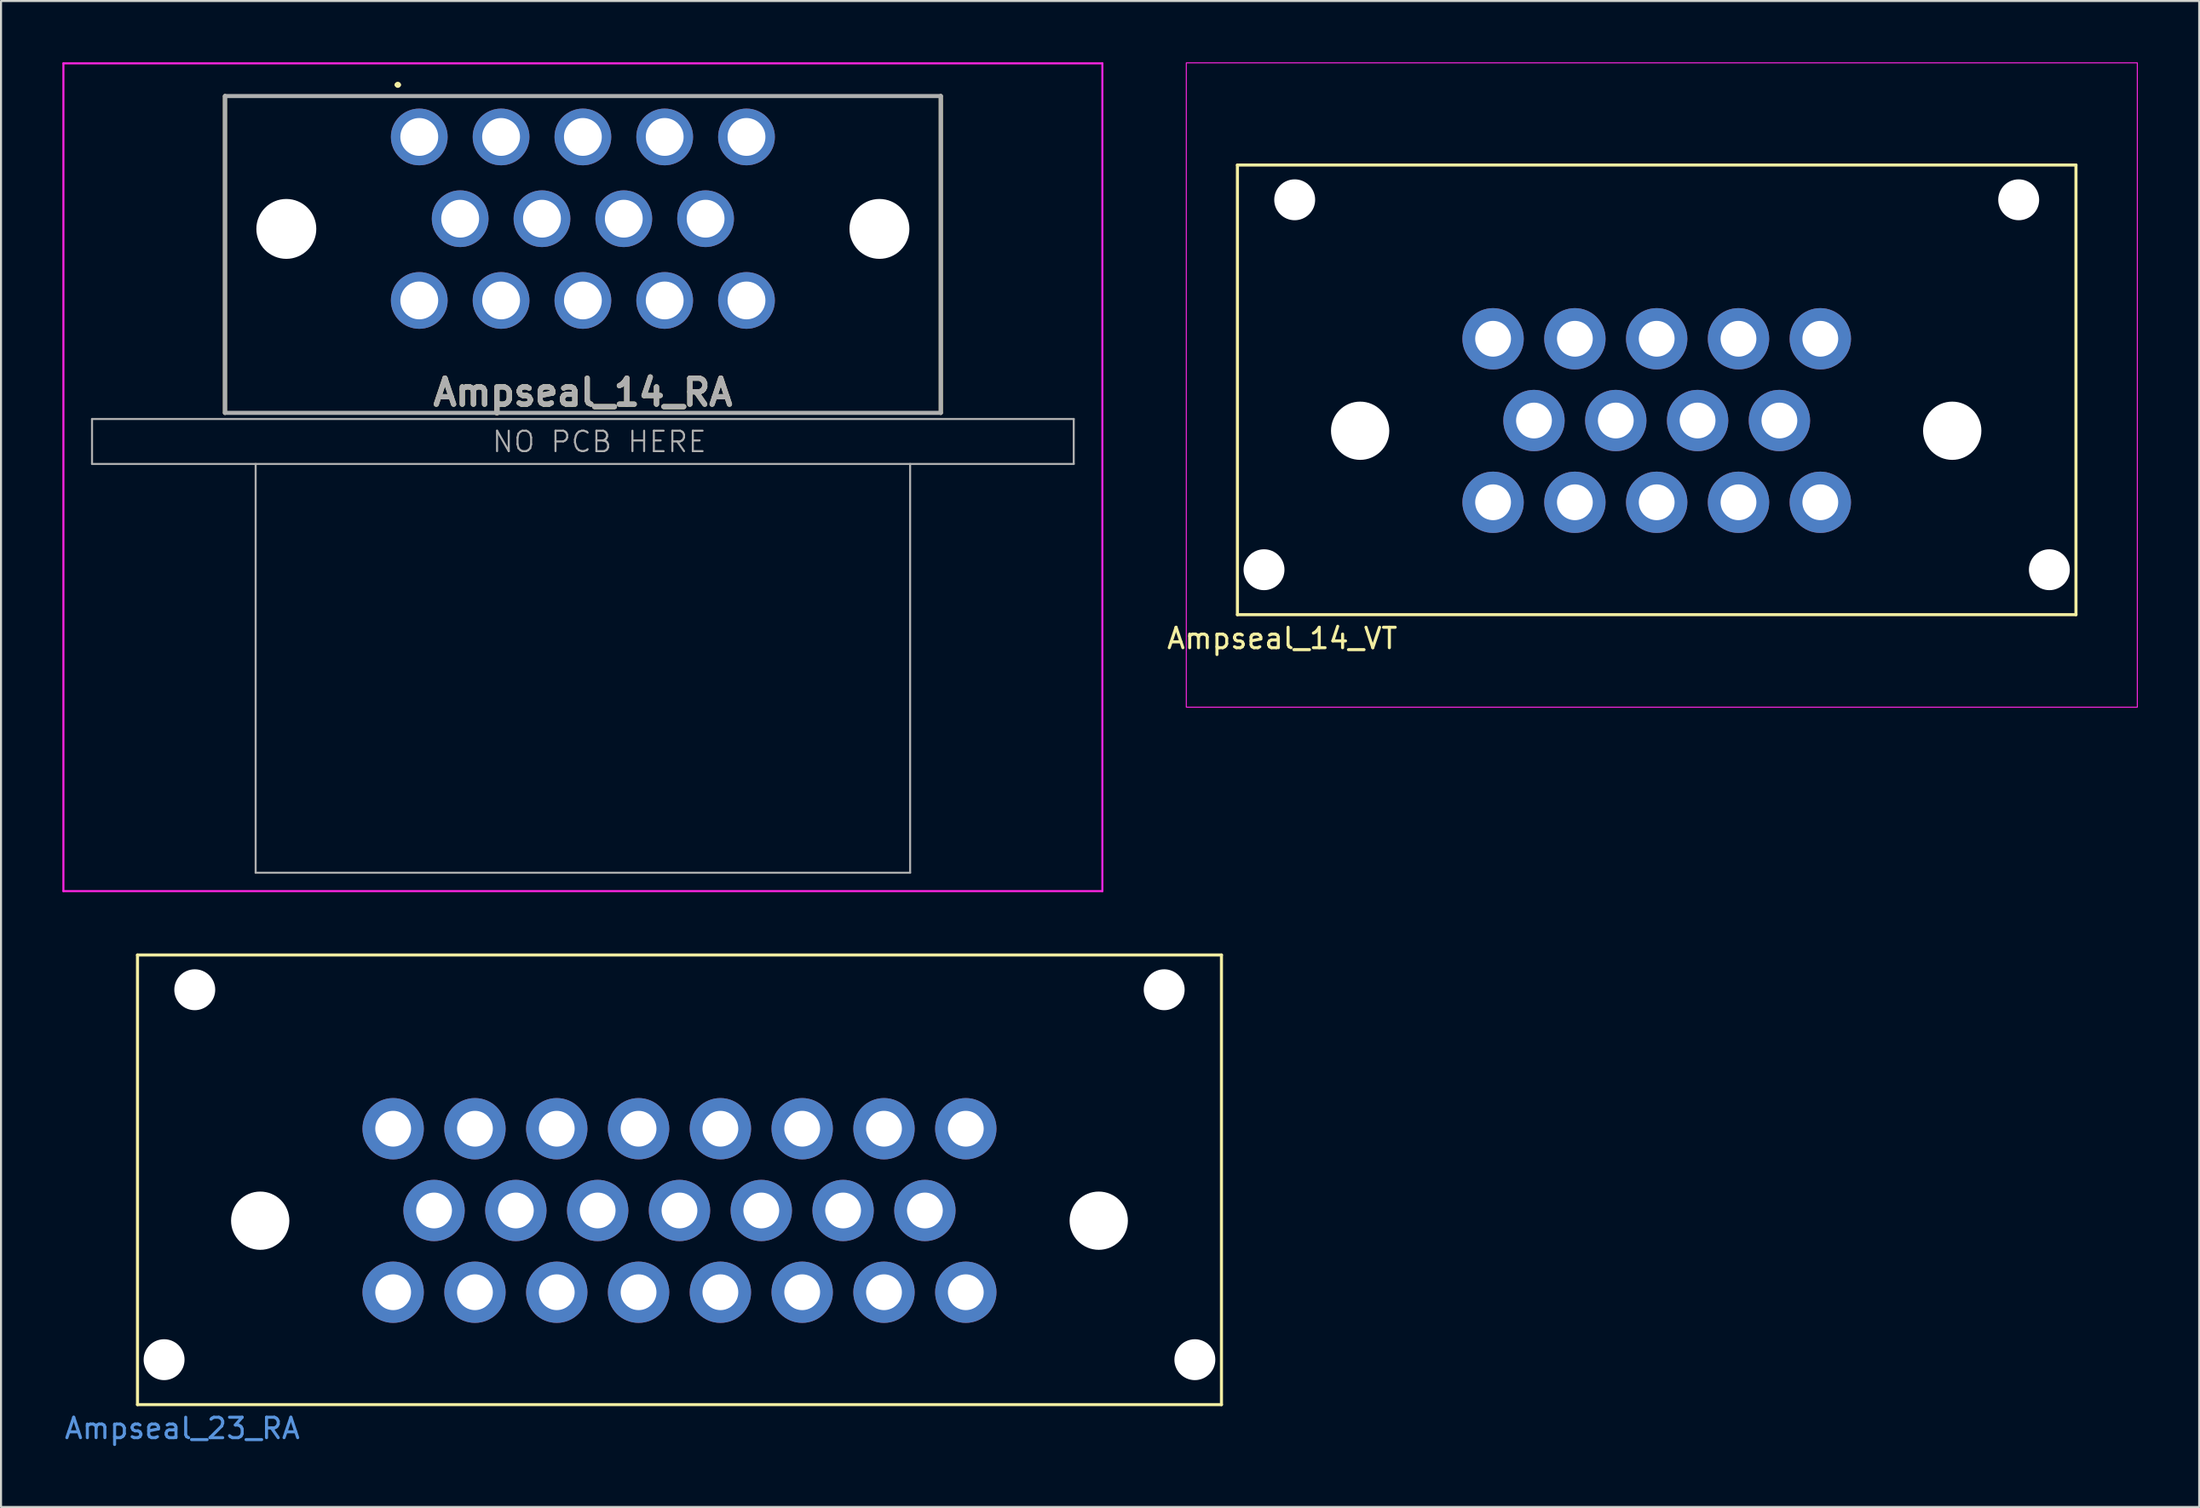
<source format=kicad_pcb>
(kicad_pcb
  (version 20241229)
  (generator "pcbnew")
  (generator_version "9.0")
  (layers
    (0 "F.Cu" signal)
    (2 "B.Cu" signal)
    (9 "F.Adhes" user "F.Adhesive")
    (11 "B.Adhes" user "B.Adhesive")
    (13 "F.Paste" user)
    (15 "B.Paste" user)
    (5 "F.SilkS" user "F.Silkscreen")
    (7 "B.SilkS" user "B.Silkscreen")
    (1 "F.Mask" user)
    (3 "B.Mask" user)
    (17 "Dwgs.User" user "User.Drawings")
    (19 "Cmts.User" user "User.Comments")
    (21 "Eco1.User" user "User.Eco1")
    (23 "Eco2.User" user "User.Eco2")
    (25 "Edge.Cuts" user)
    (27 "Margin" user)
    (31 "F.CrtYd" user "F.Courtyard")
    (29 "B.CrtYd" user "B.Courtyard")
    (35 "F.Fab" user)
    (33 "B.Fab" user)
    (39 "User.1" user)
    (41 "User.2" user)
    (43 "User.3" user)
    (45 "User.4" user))
  (footprint "Ampseal_14_RA"
    (layer "F.Cu")
    (at 17.45 3.65)
    (property "Reference" "Ampseal_14_RA" (at 8 12.5 0) (layer "F.SilkS") (effects (font (size 1.27 1.27) (thickness 0.254))))
    (attr through_hole)
    (fp_line (start -9.5 -2) (end -9.5 13.5) (stroke (width 0.2) (type solid)) (layer "F.SilkS"))
    (fp_line (start -9.5 -2) (end 25.5 -2) (stroke (width 0.1) (type solid)) (layer "F.SilkS"))
    (fp_line (start -9.5 13.5) (end 25.5 13.5) (stroke (width 0.1) (type solid)) (layer "F.SilkS"))
    (fp_line (start -1.1 -2.55) (end -1.1 -2.55) (stroke (width 0.2) (type solid)) (layer "F.SilkS"))
    (fp_line (start -1 -2.55) (end -1 -2.55) (stroke (width 0.2) (type solid)) (layer "F.SilkS"))
    (fp_line (start 25.5 -2) (end 25.5 13.5) (stroke (width 0.2) (type solid)) (layer "F.SilkS"))
    (fp_arc (start -1.1 -2.55) (mid -1.05 -2.6) (end -1 -2.55) (stroke (width 0.2) (type solid)) (layer "F.SilkS"))
    (fp_arc (start -1 -2.55) (mid -1.05 -2.5) (end -1.1 -2.55) (stroke (width 0.2) (type solid)) (layer "F.SilkS"))
    (fp_line (start -17.4 -3.6) (end 33.4 -3.6) (stroke (width 0.1) (type solid)) (layer "F.CrtYd"))
    (fp_line (start -17.4 36.9) (end -17.4 -3.6) (stroke (width 0.1) (type solid)) (layer "F.CrtYd"))
    (fp_line (start 33.4 -3.6) (end 33.4 36.9) (stroke (width 0.1) (type solid)) (layer "F.CrtYd"))
    (fp_line (start 33.4 36.9) (end -17.4 36.9) (stroke (width 0.1) (type solid)) (layer "F.CrtYd"))
    (fp_line (start -16 13.8) (end -16 16) (stroke (width 0.1) (type default)) (layer "F.Fab"))
    (fp_line (start -16 13.8) (end 32 13.8) (stroke (width 0.1) (type default)) (layer "F.Fab"))
    (fp_line (start -16 16) (end 32 16) (stroke (width 0.1) (type default)) (layer "F.Fab"))
    (fp_line (start -9.5 -2) (end -9.5 13.5) (stroke (width 0.2) (type solid)) (layer "F.Fab"))
    (fp_line (start -9.5 -2) (end 25.5 -2) (stroke (width 0.2) (type solid)) (layer "F.Fab"))
    (fp_line (start -9.5 13.5) (end 25.5 13.5) (stroke (width 0.2) (type solid)) (layer "F.Fab"))
    (fp_line (start -8 16) (end -8 36) (stroke (width 0.1) (type default)) (layer "F.Fab"))
    (fp_line (start -8 36) (end 24 36) (stroke (width 0.1) (type default)) (layer "F.Fab"))
    (fp_line (start 24 36) (end 24 16) (stroke (width 0.1) (type default)) (layer "F.Fab"))
    (fp_line (start 25.5 -2) (end 25.5 13.5) (stroke (width 0.2) (type solid)) (layer "F.Fab"))
    (fp_line (start 32 13.8) (end 32 16) (stroke (width 0.1) (type default)) (layer "F.Fab"))
    (fp_text user "${REFERENCE}" (at 8 12.5 0) (layer "F.Fab") (effects (font (size 1.27 1.27) (thickness 0.254))))
    (fp_text user "NO PCB HERE" (at 3.5 15.5 0) (unlocked yes) (layer "F.Fab") (effects (font (size 1 1) (thickness 0.1)) (justify left bottom)))
    (pad "" np_thru_hole circle (at -6.5 4.5) (size 2.93 2.93) (drill 2.93) (layers "*.Cu" "*.Mask"))
    (pad "" np_thru_hole circle (at 22.5 4.5) (size 2.93 2.93) (drill 2.93) (layers "*.Cu" "*.Mask"))
    (pad "1" thru_hole circle (at 0 0) (size 2.775 2.775) (drill 1.85) (layers "*.Cu" "*.Mask"))
    (pad "2" thru_hole circle (at 4 0) (size 2.775 2.775) (drill 1.85) (layers "*.Cu" "*.Mask"))
    (pad "3" thru_hole circle (at 8 0) (size 2.775 2.775) (drill 1.85) (layers "*.Cu" "*.Mask"))
    (pad "4" thru_hole circle (at 12 0) (size 2.775 2.775) (drill 1.85) (layers "*.Cu" "*.Mask"))
    (pad "5" thru_hole circle (at 16 0) (size 2.775 2.775) (drill 1.85) (layers "*.Cu" "*.Mask"))
    (pad "6" thru_hole circle (at 2 4) (size 2.775 2.775) (drill 1.85) (layers "*.Cu" "*.Mask"))
    (pad "7" thru_hole circle (at 6 4) (size 2.775 2.775) (drill 1.85) (layers "*.Cu" "*.Mask"))
    (pad "8" thru_hole circle (at 10 4) (size 2.775 2.775) (drill 1.85) (layers "*.Cu" "*.Mask"))
    (pad "9" thru_hole circle (at 14 4) (size 2.775 2.775) (drill 1.85) (layers "*.Cu" "*.Mask"))
    (pad "10" thru_hole circle (at 0 8) (size 2.775 2.775) (drill 1.85) (layers "*.Cu" "*.Mask"))
    (pad "11" thru_hole circle (at 4 8) (size 2.775 2.775) (drill 1.85) (layers "*.Cu" "*.Mask"))
    (pad "12" thru_hole circle (at 8 8) (size 2.775 2.775) (drill 1.85) (layers "*.Cu" "*.Mask"))
    (pad "13" thru_hole circle (at 12 8) (size 2.775 2.775) (drill 1.85) (layers "*.Cu" "*.Mask"))
    (pad "14" thru_hole circle (at 16 8) (size 2.775 2.775) (drill 1.85) (layers "*.Cu" "*.Mask")))
  (footprint "Ampseal_23_RA"
    (layer "F.Cu")
    (at 9.673 56.675)
    (property "Reference" "Ampseal_23_RA" (at -3.81 10.16 0) (layer "Cmts.User") (effects (font (size 1 1) (thickness 0.15))))
    (attr through_hole)
    (fp_line (start -6 -13) (end 47 -13) (stroke (width 0.15) (type solid)) (layer "F.SilkS"))
    (fp_line (start -6 9) (end -6 -13) (stroke (width 0.15) (type solid)) (layer "F.SilkS"))
    (fp_line (start 47 -13) (end 47 9) (stroke (width 0.15) (type solid)) (layer "F.SilkS"))
    (fp_line (start 47 9) (end -6 9) (stroke (width 0.15) (type solid)) (layer "F.SilkS"))
    (pad "" np_thru_hole circle (at -4.7 6.8) (size 2 2) (drill 2) (layers "*.Cu" "*.Mask"))
    (pad "" np_thru_hole circle (at -3.2 -11.3) (size 2 2) (drill 2) (layers "*.Cu" "*.Mask"))
    (pad "" np_thru_hole circle (at 0 0) (size 2.85 2.85) (drill 2.85) (layers "*.Cu" "*.Mask"))
    (pad "" np_thru_hole circle (at 41 0) (size 2.85 2.85) (drill 2.85) (layers "*.Cu" "*.Mask"))
    (pad "" np_thru_hole circle (at 44.2 -11.3) (size 2 2) (drill 2) (layers "*.Cu" "*.Mask"))
    (pad "" np_thru_hole circle (at 45.7 6.8) (size 2 2) (drill 2) (layers "*.Cu" "*.Mask"))
    (pad "1" thru_hole circle (at 6.5 -4.5) (size 3 3) (drill 1.75) (layers "*.Cu" "*.Mask"))
    (pad "2" thru_hole circle (at 10.5 -4.5) (size 3 3) (drill 1.75) (layers "*.Cu" "*.Mask"))
    (pad "3" thru_hole circle (at 14.5 -4.5) (size 3 3) (drill 1.75) (layers "*.Cu" "*.Mask"))
    (pad "4" thru_hole circle (at 18.5 -4.5) (size 3 3) (drill 1.75) (layers "*.Cu" "*.Mask"))
    (pad "5" thru_hole circle (at 22.5 -4.5) (size 3 3) (drill 1.75) (layers "*.Cu" "*.Mask"))
    (pad "6" thru_hole circle (at 26.5 -4.5) (size 3 3) (drill 1.75) (layers "*.Cu" "*.Mask"))
    (pad "7" thru_hole circle (at 30.5 -4.5) (size 3 3) (drill 1.75) (layers "*.Cu" "*.Mask"))
    (pad "8" thru_hole circle (at 34.5 -4.5) (size 3 3) (drill 1.75) (layers "*.Cu" "*.Mask"))
    (pad "9" thru_hole circle (at 8.5 -0.5) (size 3 3) (drill 1.75) (layers "*.Cu" "*.Mask"))
    (pad "10" thru_hole circle (at 12.5 -0.5) (size 3 3) (drill 1.75) (layers "*.Cu" "*.Mask"))
    (pad "11" thru_hole circle (at 16.5 -0.5) (size 3 3) (drill 1.75) (layers "*.Cu" "*.Mask"))
    (pad "12" thru_hole circle (at 20.5 -0.5) (size 3 3) (drill 1.75) (layers "*.Cu" "*.Mask"))
    (pad "13" thru_hole circle (at 24.5 -0.5) (size 3 3) (drill 1.75) (layers "*.Cu" "*.Mask"))
    (pad "14" thru_hole circle (at 28.5 -0.5) (size 3 3) (drill 1.75) (layers "*.Cu" "*.Mask"))
    (pad "15" thru_hole circle (at 32.5 -0.5) (size 3 3) (drill 1.75) (layers "*.Cu" "*.Mask"))
    (pad "16" thru_hole circle (at 6.5 3.5) (size 3 3) (drill 1.75) (layers "*.Cu" "*.Mask"))
    (pad "17" thru_hole circle (at 10.5 3.5) (size 3 3) (drill 1.75) (layers "*.Cu" "*.Mask"))
    (pad "18" thru_hole circle (at 14.5 3.5) (size 3 3) (drill 1.75) (layers "*.Cu" "*.Mask"))
    (pad "19" thru_hole circle (at 18.5 3.5) (size 3 3) (drill 1.75) (layers "*.Cu" "*.Mask"))
    (pad "20" thru_hole circle (at 22.5 3.5) (size 3 3) (drill 1.75) (layers "*.Cu" "*.Mask"))
    (pad "21" thru_hole circle (at 26.5 3.5) (size 3 3) (drill 1.75) (layers "*.Cu" "*.Mask"))
    (pad "22" thru_hole circle (at 30.5 3.5) (size 3 3) (drill 1.75) (layers "*.Cu" "*.Mask"))
    (pad "23" thru_hole circle (at 34.5 3.5) (size 3 3) (drill 1.75) (layers "*.Cu" "*.Mask")))
  (footprint "Ampseal_14_VT"
    (layer "F.Cu")
    (at 63.454 18.025)
    (property "Reference" "Ampseal_14_VT" (at -3.81 10.16 0) (layer "F.SilkS") (effects (font (size 1 1) (thickness 0.15))))
    (attr through_hole)
    (fp_line (start -6 -13) (end 35 -13) (stroke (width 0.15) (type solid)) (layer "F.SilkS"))
    (fp_line (start -6 9) (end -6 -13) (stroke (width 0.15) (type solid)) (layer "F.SilkS"))
    (fp_line (start 35 -13) (end 35 9) (stroke (width 0.15) (type solid)) (layer "F.SilkS"))
    (fp_line (start 35 9) (end -6 9) (stroke (width 0.15) (type solid)) (layer "F.SilkS"))
    (fp_rect (start -8.5 -18) (end 38 13.525) (stroke (width 0.05) (type default)) (fill no) (layer "F.CrtYd"))
    (pad "" np_thru_hole circle (at -4.7 6.8) (size 2 2) (drill 2) (layers "*.Cu" "*.Mask"))
    (pad "" np_thru_hole circle (at -3.2 -11.3) (size 2 2) (drill 2) (layers "*.Cu" "*.Mask"))
    (pad "" np_thru_hole circle (at 0 0) (size 2.85 2.85) (drill 2.85) (layers "*.Cu" "*.Mask"))
    (pad "" np_thru_hole circle (at 28.95 0) (size 2.85 2.85) (drill 2.85) (layers "*.Cu" "*.Mask"))
    (pad "" np_thru_hole circle (at 32.2 -11.3) (size 2 2) (drill 2) (layers "*.Cu" "*.Mask"))
    (pad "" np_thru_hole circle (at 33.7 6.8) (size 2 2) (drill 2) (layers "*.Cu" "*.Mask"))
    (pad "1" thru_hole circle (at 6.5 -4.5) (size 3 3) (drill 1.75) (layers "*.Cu" "*.Mask"))
    (pad "2" thru_hole circle (at 10.5 -4.5) (size 3 3) (drill 1.75) (layers "*.Cu" "*.Mask"))
    (pad "3" thru_hole circle (at 14.5 -4.5) (size 3 3) (drill 1.75) (layers "*.Cu" "*.Mask"))
    (pad "4" thru_hole circle (at 18.5 -4.5) (size 3 3) (drill 1.75) (layers "*.Cu" "*.Mask"))
    (pad "5" thru_hole circle (at 22.5 -4.5) (size 3 3) (drill 1.75) (layers "*.Cu" "*.Mask"))
    (pad "6" thru_hole circle (at 8.5 -0.5) (size 3 3) (drill 1.75) (layers "*.Cu" "*.Mask"))
    (pad "7" thru_hole circle (at 12.5 -0.5) (size 3 3) (drill 1.75) (layers "*.Cu" "*.Mask"))
    (pad "8" thru_hole circle (at 16.5 -0.5) (size 3 3) (drill 1.75) (layers "*.Cu" "*.Mask"))
    (pad "9" thru_hole circle (at 20.5 -0.5) (size 3 3) (drill 1.75) (layers "*.Cu" "*.Mask"))
    (pad "10" thru_hole circle (at 6.5 3.5) (size 3 3) (drill 1.75) (layers "*.Cu" "*.Mask"))
    (pad "11" thru_hole circle (at 10.5 3.5) (size 3 3) (drill 1.75) (layers "*.Cu" "*.Mask"))
    (pad "12" thru_hole circle (at 14.5 3.5) (size 3 3) (drill 1.75) (layers "*.Cu" "*.Mask"))
    (pad "13" thru_hole circle (at 18.5 3.5) (size 3 3) (drill 1.75) (layers "*.Cu" "*.Mask"))
    (pad "14" thru_hole circle (at 22.5 3.5) (size 3 3) (drill 1.75) (layers "*.Cu" "*.Mask")))
  (gr_rect
    (start -3 -3)
    (end 104.479 70.683)
    (stroke (width 0.1) (type default))
    (fill no)
    (layer "Edge.Cuts")))
</source>
